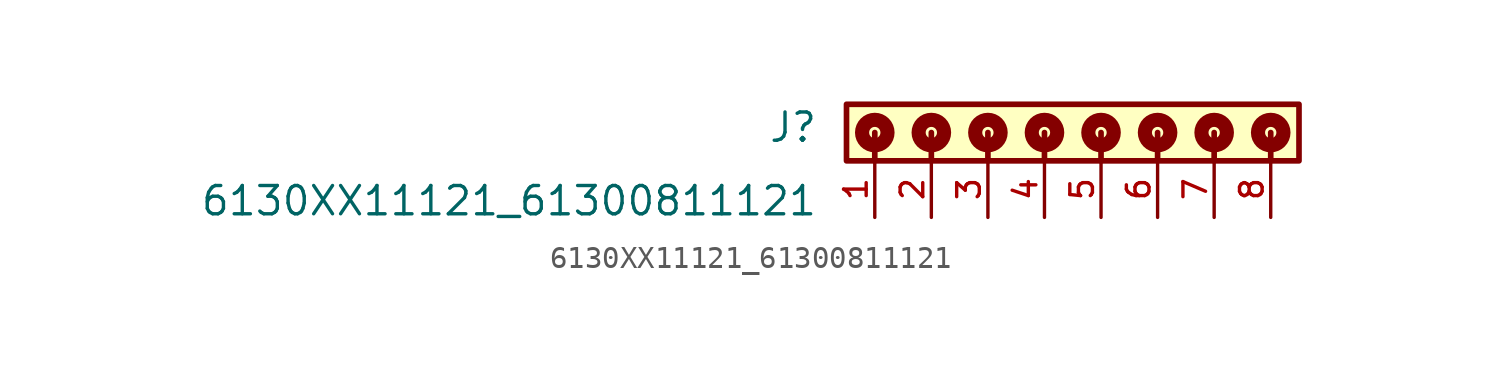
<source format=kicad_sym>
(kicad_symbol_lib
  (version 20211014)
  (generator kicad_symbol_editor)
  (symbol "6130XX11121_61300811121"
    (pin_names
      (offset 1.016))
    (property "Reference" "J"
      (at -10.16 -1.778 0)
      (effects (font (size 1.27 1.27)) (justify bottom right)))
    (property "Value" "6130XX11121_61300811121"
      (at -10.16 -5.08 0)
      (effects (font (size 1.27 1.27)) (justify bottom right)))
    (symbol "6130XX11121_61300811121_0_0"
      (polyline (pts (xy -7.62 -1.27) (xy -7.62 -2.54)) (stroke (width 0.254)))
      (polyline (pts (xy -5.08 -1.27) (xy -5.08 -2.54)) (stroke (width 0.254)))
      (polyline (pts (xy -2.54 -1.27) (xy -2.54 -2.54)) (stroke (width 0.254)))
      (polyline (pts (xy 0.0 -1.27) (xy 0.0 -2.54)) (stroke (width 0.254)))
      (polyline (pts (xy 2.54 -1.27) (xy 2.54 -2.54)) (stroke (width 0.254)))
      (polyline (pts (xy 5.08 -1.27) (xy 5.08 -2.54)) (stroke (width 0.254)))
      (polyline (pts (xy 7.62 -1.27) (xy 7.62 -2.54)) (stroke (width 0.254)))
      (polyline (pts (xy 10.16 -1.27) (xy 10.16 -2.54)) (stroke (width 0.254)))
      (circle (center -7.62 -1.27) (radius 0.254) (stroke (width 0.635)) (fill (type none)))
      (circle (center -5.08 -1.27) (radius 0.254) (stroke (width 0.635)) (fill (type none)))
      (circle (center -2.54 -1.27) (radius 0.254) (stroke (width 0.635)) (fill (type none)))
      (circle (center 0.0 -1.27) (radius 0.254) (stroke (width 0.635)) (fill (type none)))
      (circle (center 2.54 -1.27) (radius 0.254) (stroke (width 0.635)) (fill (type none)))
      (circle (center 5.08 -1.27) (radius 0.254) (stroke (width 0.635)) (fill (type none)))
      (circle (center 7.62 -1.27) (radius 0.254) (stroke (width 0.635)) (fill (type none)))
      (circle (center 10.16 -1.27) (radius 0.254) (stroke (width 0.635)) (fill (type none)))
      (rectangle (start -8.89 -2.54) (end 11.43 0.0) (stroke (width 0.254)) (fill (type background)))
      (pin passive line (at -7.62 -5.08 90.0) (length 2.54) (name "~" (effects (font (size 1.016 1.016)))) (number "1" (effects (font (size 1.016 1.016)))))
      (pin passive line (at -5.08 -5.08 90.0) (length 2.54) (name "~" (effects (font (size 1.016 1.016)))) (number "2" (effects (font (size 1.016 1.016)))))
      (pin passive line (at -2.54 -5.08 90.0) (length 2.54) (name "~" (effects (font (size 1.016 1.016)))) (number "3" (effects (font (size 1.016 1.016)))))
      (pin passive line (at 0.0 -5.08 90.0) (length 2.54) (name "~" (effects (font (size 1.016 1.016)))) (number "4" (effects (font (size 1.016 1.016)))))
      (pin passive line (at 2.54 -5.08 90.0) (length 2.54) (name "~" (effects (font (size 1.016 1.016)))) (number "5" (effects (font (size 1.016 1.016)))))
      (pin passive line (at 5.08 -5.08 90.0) (length 2.54) (name "~" (effects (font (size 1.016 1.016)))) (number "6" (effects (font (size 1.016 1.016)))))
      (pin passive line (at 7.62 -5.08 90.0) (length 2.54) (name "~" (effects (font (size 1.016 1.016)))) (number "7" (effects (font (size 1.016 1.016)))))
      (pin passive line (at 10.16 -5.08 90.0) (length 2.54) (name "~" (effects (font (size 1.016 1.016)))) (number "8" (effects (font (size 1.016 1.016))))))))
</source>
